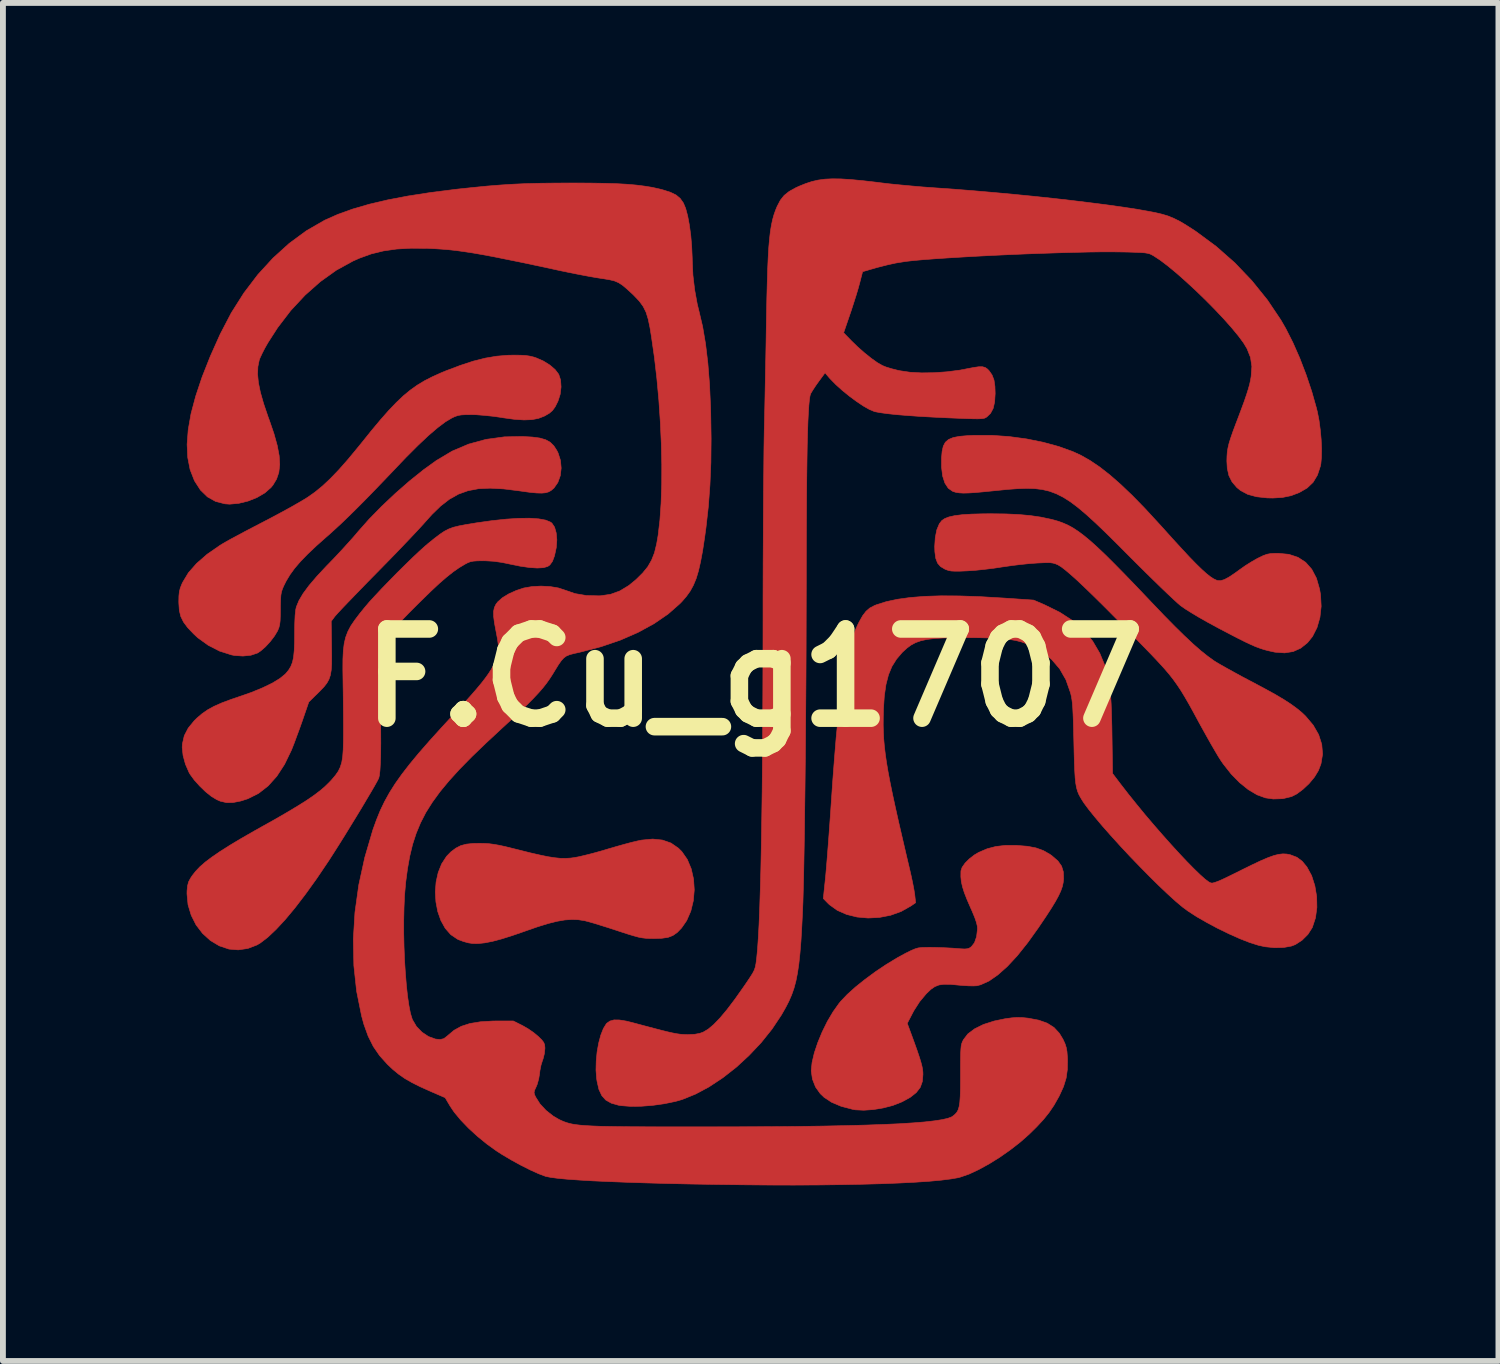
<source format=kicad_pcb>
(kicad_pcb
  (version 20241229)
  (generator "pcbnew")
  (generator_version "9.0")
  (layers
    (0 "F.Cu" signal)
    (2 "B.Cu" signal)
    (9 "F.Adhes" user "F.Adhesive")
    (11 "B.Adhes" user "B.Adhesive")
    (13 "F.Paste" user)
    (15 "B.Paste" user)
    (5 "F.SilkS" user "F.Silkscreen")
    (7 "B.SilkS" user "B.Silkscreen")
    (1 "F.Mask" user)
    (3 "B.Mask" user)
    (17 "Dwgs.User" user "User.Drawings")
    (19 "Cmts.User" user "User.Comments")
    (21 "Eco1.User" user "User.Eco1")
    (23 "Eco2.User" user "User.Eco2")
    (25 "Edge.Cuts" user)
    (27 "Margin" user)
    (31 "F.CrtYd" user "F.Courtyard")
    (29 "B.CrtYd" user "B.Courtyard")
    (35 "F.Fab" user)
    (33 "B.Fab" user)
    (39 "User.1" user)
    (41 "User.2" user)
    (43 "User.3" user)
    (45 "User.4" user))
  (footprint "F.Cu_g1707"
    (layer "F.Cu")
    (at 9.837 8.531)
    (property "Reference" "F.Cu_g1707" (at 0 0 0) (layer "F.SilkS") (effects (font (size 1.524 1.524) (thickness 0.3))))
    (attr through_hole)
    (fp_poly (pts (xy -1.569 2.772) (xy -1.423 2.823) (xy -1.297 2.91) (xy -1.239 2.967) (xy -1.144 3.103) (xy -1.077 3.263) (xy -1.037 3.439) (xy -1.025 3.623) (xy -1.041 3.808) (xy -1.084 3.986) (xy -1.155 4.148) (xy -1.242 4.274) (xy -1.315 4.35) (xy -1.389 4.402) (xy -1.474 4.435) (xy -1.58 4.45) (xy -1.714 4.454) (xy -1.79 4.453) (xy -1.854 4.45) (xy -1.914 4.443) (xy -1.977 4.431) (xy -2.051 4.411) (xy -2.145 4.383) (xy -2.266 4.344) (xy -2.36 4.313) (xy -2.495 4.269) (xy -2.623 4.229) (xy -2.736 4.194) (xy -2.828 4.168) (xy -2.889 4.152) (xy -2.896 4.15) (xy -3.006 4.133) (xy -3.118 4.129) (xy -3.237 4.137) (xy -3.37 4.16) (xy -3.522 4.198) (xy -3.7 4.253) (xy -3.91 4.326) (xy -3.915 4.328) (xy -4.132 4.403) (xy -4.316 4.461) (xy -4.47 4.502) (xy -4.602 4.528) (xy -4.714 4.54) (xy -4.813 4.539) (xy -4.887 4.528) (xy -4.966 4.506) (xy -5.051 4.475) (xy -5.071 4.465) (xy -5.186 4.387) (xy -5.281 4.278) (xy -5.355 4.144) (xy -5.408 3.992) (xy -5.439 3.828) (xy -5.449 3.658) (xy -5.436 3.489) (xy -5.4 3.327) (xy -5.341 3.179) (xy -5.257 3.05) (xy -5.183 2.974) (xy -5.098 2.91) (xy -5.014 2.867) (xy -4.92 2.842) (xy -4.805 2.83) (xy -4.688 2.828) (xy -4.603 2.83) (xy -4.526 2.835) (xy -4.45 2.845) (xy -4.364 2.86) (xy -4.261 2.882) (xy -4.132 2.914) (xy -4.027 2.94) (xy -3.828 2.99) (xy -3.662 3.028) (xy -3.526 3.056) (xy -3.411 3.074) (xy -3.312 3.084) (xy -3.223 3.085) (xy -3.138 3.08) (xy -3.078 3.072) (xy -3.001 3.058) (xy -2.894 3.033) (xy -2.767 3.001) (xy -2.629 2.963) (xy -2.494 2.923) (xy -2.357 2.883) (xy -2.222 2.845) (xy -2.099 2.812) (xy -1.998 2.788) (xy -1.927 2.773) (xy -1.736 2.755) (xy -1.569 2.772)) (stroke (width 0.01) (type solid)) (fill yes) (layer "F.Cu"))
    (fp_poly (pts (xy 4.055 -4.143) (xy 4.355 -4.122) (xy 4.652 -4.082) (xy 4.938 -4.024) (xy 5.205 -3.951) (xy 5.446 -3.864) (xy 5.588 -3.798) (xy 5.745 -3.708) (xy 5.907 -3.598) (xy 6.078 -3.464) (xy 6.261 -3.304) (xy 6.458 -3.116) (xy 6.671 -2.898) (xy 6.903 -2.646) (xy 6.969 -2.574) (xy 7.149 -2.374) (xy 7.304 -2.205) (xy 7.436 -2.063) (xy 7.549 -1.947) (xy 7.644 -1.854) (xy 7.724 -1.782) (xy 7.792 -1.728) (xy 7.849 -1.691) (xy 7.898 -1.668) (xy 7.921 -1.661) (xy 7.97 -1.66) (xy 8.033 -1.679) (xy 8.113 -1.722) (xy 8.216 -1.791) (xy 8.297 -1.85) (xy 8.392 -1.917) (xy 8.499 -1.984) (xy 8.597 -2.04) (xy 8.614 -2.048) (xy 8.696 -2.088) (xy 8.761 -2.111) (xy 8.824 -2.123) (xy 8.905 -2.127) (xy 8.952 -2.127) (xy 9.134 -2.11) (xy 9.289 -2.059) (xy 9.42 -1.974) (xy 9.525 -1.855) (xy 9.605 -1.703) (xy 9.659 -1.516) (xy 9.676 -1.417) (xy 9.686 -1.221) (xy 9.665 -1.032) (xy 9.615 -0.858) (xy 9.538 -0.706) (xy 9.453 -0.6) (xy 9.337 -0.507) (xy 9.208 -0.449) (xy 9.063 -0.426) (xy 8.897 -0.438) (xy 8.774 -0.465) (xy 8.704 -0.484) (xy 8.635 -0.507) (xy 8.562 -0.534) (xy 8.481 -0.57) (xy 8.385 -0.615) (xy 8.269 -0.673) (xy 8.128 -0.746) (xy 7.956 -0.836) (xy 7.908 -0.862) (xy 7.751 -0.947) (xy 7.604 -1.03) (xy 7.474 -1.108) (xy 7.367 -1.175) (xy 7.29 -1.229) (xy 7.283 -1.234) (xy 7.235 -1.275) (xy 7.161 -1.343) (xy 7.065 -1.433) (xy 6.95 -1.543) (xy 6.822 -1.668) (xy 6.683 -1.804) (xy 6.538 -1.948) (xy 6.424 -2.062) (xy 6.201 -2.286) (xy 6.004 -2.481) (xy 5.829 -2.648) (xy 5.672 -2.791) (xy 5.531 -2.91) (xy 5.401 -3.008) (xy 5.278 -3.086) (xy 5.16 -3.145) (xy 5.042 -3.189) (xy 4.922 -3.217) (xy 4.794 -3.233) (xy 4.657 -3.237) (xy 4.506 -3.232) (xy 4.337 -3.22) (xy 4.147 -3.201) (xy 4.096 -3.196) (xy 3.916 -3.178) (xy 3.773 -3.165) (xy 3.66 -3.158) (xy 3.573 -3.156) (xy 3.504 -3.16) (xy 3.449 -3.168) (xy 3.402 -3.182) (xy 3.389 -3.187) (xy 3.314 -3.24) (xy 3.257 -3.328) (xy 3.218 -3.45) (xy 3.2 -3.601) (xy 3.2 -3.757) (xy 3.21 -3.87) (xy 3.23 -3.958) (xy 3.265 -4.025) (xy 3.32 -4.072) (xy 3.399 -4.105) (xy 3.507 -4.126) (xy 3.65 -4.138) (xy 3.761 -4.143) (xy 4.055 -4.143)) (stroke (width 0.01) (type solid)) (fill yes) (layer "F.Cu"))
    (fp_poly (pts (xy 4.487 2.864) (xy 4.666 2.878) (xy 4.813 2.906) (xy 4.938 2.951) (xy 5.052 3.016) (xy 5.09 3.044) (xy 5.189 3.13) (xy 5.251 3.218) (xy 5.281 3.316) (xy 5.285 3.433) (xy 5.278 3.501) (xy 5.263 3.569) (xy 5.237 3.642) (xy 5.199 3.724) (xy 5.146 3.821) (xy 5.075 3.938) (xy 4.984 4.078) (xy 4.87 4.247) (xy 4.858 4.265) (xy 4.672 4.525) (xy 4.494 4.748) (xy 4.324 4.931) (xy 4.162 5.075) (xy 4.011 5.18) (xy 3.869 5.244) (xy 3.804 5.261) (xy 3.75 5.264) (xy 3.667 5.263) (xy 3.566 5.257) (xy 3.486 5.25) (xy 3.347 5.237) (xy 3.24 5.236) (xy 3.156 5.248) (xy 3.085 5.276) (xy 3.017 5.323) (xy 2.945 5.392) (xy 2.932 5.406) (xy 2.825 5.534) (xy 2.729 5.684) (xy 2.709 5.721) (xy 2.614 5.904) (xy 2.675 6.069) (xy 2.737 6.238) (xy 2.785 6.374) (xy 2.821 6.481) (xy 2.847 6.565) (xy 2.865 6.633) (xy 2.876 6.689) (xy 2.881 6.739) (xy 2.882 6.778) (xy 2.872 6.897) (xy 2.836 6.998) (xy 2.768 7.086) (xy 2.666 7.167) (xy 2.526 7.244) (xy 2.509 7.251) (xy 2.366 7.307) (xy 2.203 7.349) (xy 2.034 7.377) (xy 1.871 7.388) (xy 1.728 7.381) (xy 1.683 7.373) (xy 1.485 7.321) (xy 1.323 7.253) (xy 1.194 7.168) (xy 1.128 7.105) (xy 1.047 6.991) (xy 0.994 6.856) (xy 0.974 6.718) (xy 0.974 6.711) (xy 0.988 6.572) (xy 1.026 6.41) (xy 1.085 6.234) (xy 1.16 6.052) (xy 1.248 5.873) (xy 1.346 5.707) (xy 1.449 5.562) (xy 1.478 5.527) (xy 1.588 5.411) (xy 1.729 5.284) (xy 1.894 5.152) (xy 2.073 5.02) (xy 2.26 4.895) (xy 2.447 4.782) (xy 2.59 4.704) (xy 2.679 4.66) (xy 2.745 4.632) (xy 2.801 4.615) (xy 2.864 4.608) (xy 2.947 4.606) (xy 2.995 4.605) (xy 3.116 4.607) (xy 3.255 4.612) (xy 3.388 4.619) (xy 3.429 4.622) (xy 3.529 4.63) (xy 3.597 4.633) (xy 3.641 4.629) (xy 3.673 4.619) (xy 3.7 4.601) (xy 3.709 4.595) (xy 3.763 4.526) (xy 3.799 4.422) (xy 3.814 4.293) (xy 3.811 4.242) (xy 3.796 4.179) (xy 3.768 4.097) (xy 3.723 3.988) (xy 3.699 3.935) (xy 3.635 3.787) (xy 3.588 3.667) (xy 3.557 3.568) (xy 3.538 3.482) (xy 3.53 3.398) (xy 3.531 3.309) (xy 3.532 3.296) (xy 3.552 3.237) (xy 3.602 3.166) (xy 3.674 3.094) (xy 3.76 3.027) (xy 3.836 2.982) (xy 3.979 2.921) (xy 4.127 2.882) (xy 4.291 2.863) (xy 4.482 2.863) (xy 4.487 2.864)) (stroke (width 0.01) (type solid)) (fill yes) (layer "F.Cu"))
    (fp_poly (pts (xy 4.298 -2.8) (xy 4.519 -2.79) (xy 4.716 -2.772) (xy 4.895 -2.746) (xy 5.065 -2.71) (xy 5.113 -2.698) (xy 5.2 -2.673) (xy 5.283 -2.642) (xy 5.366 -2.605) (xy 5.451 -2.558) (xy 5.54 -2.499) (xy 5.637 -2.426) (xy 5.743 -2.338) (xy 5.862 -2.231) (xy 5.996 -2.104) (xy 6.147 -1.954) (xy 6.318 -1.78) (xy 6.512 -1.579) (xy 6.731 -1.349) (xy 6.784 -1.293) (xy 6.996 -1.071) (xy 7.184 -0.88) (xy 7.351 -0.716) (xy 7.498 -0.578) (xy 7.629 -0.463) (xy 7.747 -0.369) (xy 7.852 -0.293) (xy 7.895 -0.266) (xy 7.968 -0.223) (xy 8.069 -0.166) (xy 8.192 -0.098) (xy 8.327 -0.024) (xy 8.467 0.05) (xy 8.523 0.079) (xy 8.732 0.191) (xy 8.908 0.288) (xy 9.054 0.375) (xy 9.175 0.454) (xy 9.277 0.529) (xy 9.364 0.601) (xy 9.42 0.655) (xy 9.55 0.809) (xy 9.643 0.971) (xy 9.696 1.137) (xy 9.71 1.304) (xy 9.683 1.469) (xy 9.639 1.585) (xy 9.572 1.695) (xy 9.481 1.805) (xy 9.376 1.904) (xy 9.269 1.984) (xy 9.18 2.029) (xy 9.03 2.065) (xy 8.867 2.07) (xy 8.734 2.051) (xy 8.591 1.999) (xy 8.442 1.911) (xy 8.293 1.791) (xy 8.148 1.643) (xy 8.014 1.473) (xy 7.976 1.418) (xy 7.931 1.348) (xy 7.872 1.248) (xy 7.801 1.126) (xy 7.725 0.991) (xy 7.646 0.849) (xy 7.598 0.762) (xy 7.508 0.595) (xy 7.429 0.452) (xy 7.358 0.329) (xy 7.292 0.22) (xy 7.226 0.121) (xy 7.158 0.026) (xy 7.083 -0.069) (xy 6.997 -0.169) (xy 6.897 -0.278) (xy 6.779 -0.403) (xy 6.639 -0.547) (xy 6.474 -0.716) (xy 6.45 -0.741) (xy 6.212 -0.983) (xy 6.001 -1.196) (xy 5.816 -1.379) (xy 5.656 -1.534) (xy 5.52 -1.663) (xy 5.406 -1.765) (xy 5.314 -1.843) (xy 5.242 -1.898) (xy 5.189 -1.93) (xy 5.189 -1.93) (xy 5.147 -1.948) (xy 5.106 -1.96) (xy 5.056 -1.967) (xy 4.989 -1.968) (xy 4.894 -1.964) (xy 4.829 -1.961) (xy 4.705 -1.952) (xy 4.557 -1.937) (xy 4.402 -1.918) (xy 4.257 -1.897) (xy 4.233 -1.894) (xy 4.09 -1.872) (xy 3.933 -1.853) (xy 3.78 -1.837) (xy 3.647 -1.828) (xy 3.629 -1.827) (xy 3.512 -1.822) (xy 3.428 -1.822) (xy 3.367 -1.825) (xy 3.319 -1.834) (xy 3.276 -1.849) (xy 3.257 -1.857) (xy 3.183 -1.901) (xy 3.132 -1.96) (xy 3.101 -2.042) (xy 3.086 -2.153) (xy 3.083 -2.244) (xy 3.093 -2.397) (xy 3.119 -2.528) (xy 3.162 -2.631) (xy 3.204 -2.686) (xy 3.255 -2.721) (xy 3.328 -2.749) (xy 3.426 -2.771) (xy 3.554 -2.787) (xy 3.714 -2.797) (xy 3.91 -2.802) (xy 4.043 -2.803) (xy 4.298 -2.8)) (stroke (width 0.01) (type solid)) (fill yes) (layer "F.Cu"))
    (fp_poly (pts (xy -3.796 -4.114) (xy -3.666 -4.097) (xy -3.565 -4.068) (xy -3.487 -4.025) (xy -3.425 -3.964) (xy -3.373 -3.884) (xy -3.352 -3.842) (xy -3.311 -3.715) (xy -3.299 -3.583) (xy -3.314 -3.454) (xy -3.356 -3.337) (xy -3.422 -3.243) (xy -3.471 -3.201) (xy -3.514 -3.177) (xy -3.565 -3.162) (xy -3.629 -3.156) (xy -3.714 -3.158) (xy -3.825 -3.168) (xy -3.969 -3.188) (xy -4.025 -3.196) (xy -4.285 -3.228) (xy -4.512 -3.24) (xy -4.712 -3.231) (xy -4.891 -3.197) (xy -5.055 -3.138) (xy -5.209 -3.051) (xy -5.359 -2.935) (xy -5.51 -2.788) (xy -5.612 -2.674) (xy -5.671 -2.608) (xy -5.754 -2.518) (xy -5.859 -2.406) (xy -5.981 -2.278) (xy -6.114 -2.139) (xy -6.256 -1.993) (xy -6.401 -1.845) (xy -6.456 -1.789) (xy -6.595 -1.648) (xy -6.726 -1.513) (xy -6.846 -1.389) (xy -6.953 -1.278) (xy -7.042 -1.185) (xy -7.11 -1.112) (xy -7.153 -1.064) (xy -7.166 -1.049) (xy -7.228 -0.966) (xy -7.222 -0.546) (xy -7.22 -0.374) (xy -7.221 -0.238) (xy -7.228 -0.13) (xy -7.243 -0.044) (xy -7.267 0.027) (xy -7.302 0.09) (xy -7.35 0.152) (xy -7.414 0.219) (xy -7.449 0.254) (xy -7.611 0.413) (xy -7.724 0.741) (xy -7.769 0.868) (xy -7.816 0.995) (xy -7.859 1.112) (xy -7.896 1.206) (xy -7.908 1.236) (xy -8.025 1.478) (xy -8.157 1.681) (xy -8.305 1.846) (xy -8.469 1.974) (xy -8.652 2.066) (xy -8.774 2.105) (xy -8.907 2.131) (xy -9.019 2.132) (xy -9.125 2.107) (xy -9.186 2.08) (xy -9.275 2.026) (xy -9.375 1.946) (xy -9.475 1.849) (xy -9.566 1.748) (xy -9.637 1.651) (xy -9.657 1.617) (xy -9.719 1.475) (xy -9.759 1.327) (xy -9.774 1.188) (xy -9.77 1.127) (xy -9.738 0.988) (xy -9.671 0.859) (xy -9.567 0.732) (xy -9.521 0.687) (xy -9.433 0.612) (xy -9.338 0.546) (xy -9.228 0.486) (xy -9.097 0.428) (xy -8.936 0.368) (xy -8.812 0.326) (xy -8.591 0.249) (xy -8.397 0.169) (xy -8.234 0.09) (xy -8.106 0.012) (xy -8.015 -0.062) (xy -8.007 -0.07) (xy -7.956 -0.131) (xy -7.918 -0.194) (xy -7.89 -0.265) (xy -7.871 -0.353) (xy -7.86 -0.463) (xy -7.854 -0.603) (xy -7.853 -0.752) (xy -7.851 -0.93) (xy -7.845 -1.067) (xy -7.834 -1.165) (xy -7.824 -1.211) (xy -7.78 -1.318) (xy -7.708 -1.44) (xy -7.606 -1.578) (xy -7.472 -1.735) (xy -7.306 -1.913) (xy -7.282 -1.937) (xy -7.171 -2.052) (xy -7.054 -2.177) (xy -6.941 -2.301) (xy -6.84 -2.414) (xy -6.769 -2.498) (xy -6.582 -2.709) (xy -6.367 -2.929) (xy -6.134 -3.149) (xy -5.893 -3.36) (xy -5.654 -3.552) (xy -5.431 -3.713) (xy -5.162 -3.873) (xy -4.88 -3.993) (xy -4.583 -4.074) (xy -4.269 -4.117) (xy -3.962 -4.123) (xy -3.796 -4.114)) (stroke (width 0.01) (type solid)) (fill yes) (layer "F.Cu"))
    (fp_poly (pts (xy -3.996 -5.512) (xy -3.905 -5.507) (xy -3.832 -5.496) (xy -3.763 -5.479) (xy -3.725 -5.466) (xy -3.604 -5.413) (xy -3.493 -5.344) (xy -3.402 -5.266) (xy -3.342 -5.187) (xy -3.341 -5.186) (xy -3.309 -5.088) (xy -3.301 -4.969) (xy -3.316 -4.844) (xy -3.354 -4.725) (xy -3.357 -4.72) (xy -3.402 -4.63) (xy -3.447 -4.568) (xy -3.501 -4.521) (xy -3.578 -4.476) (xy -3.588 -4.471) (xy -3.686 -4.433) (xy -3.8 -4.411) (xy -3.936 -4.406) (xy -4.1 -4.417) (xy -4.297 -4.444) (xy -4.31 -4.447) (xy -4.457 -4.468) (xy -4.61 -4.484) (xy -4.75 -4.495) (xy -4.826 -4.497) (xy -4.93 -4.496) (xy -5.005 -4.492) (xy -5.062 -4.482) (xy -5.115 -4.464) (xy -5.166 -4.44) (xy -5.277 -4.374) (xy -5.411 -4.273) (xy -5.569 -4.138) (xy -5.748 -3.969) (xy -5.95 -3.767) (xy -6.052 -3.66) (xy -6.272 -3.429) (xy -6.467 -3.226) (xy -6.639 -3.049) (xy -6.793 -2.894) (xy -6.932 -2.757) (xy -7.058 -2.636) (xy -7.175 -2.528) (xy -7.286 -2.428) (xy -7.303 -2.414) (xy -7.482 -2.255) (xy -7.631 -2.114) (xy -7.753 -1.988) (xy -7.852 -1.873) (xy -7.932 -1.763) (xy -7.998 -1.653) (xy -8.039 -1.571) (xy -8.062 -1.517) (xy -8.078 -1.467) (xy -8.088 -1.412) (xy -8.093 -1.34) (xy -8.096 -1.242) (xy -8.096 -1.175) (xy -8.098 -1.057) (xy -8.101 -0.972) (xy -8.109 -0.909) (xy -8.121 -0.86) (xy -8.14 -0.813) (xy -8.147 -0.798) (xy -8.199 -0.712) (xy -8.27 -0.619) (xy -8.35 -0.532) (xy -8.43 -0.462) (xy -8.486 -0.424) (xy -8.6 -0.386) (xy -8.736 -0.372) (xy -8.883 -0.382) (xy -8.932 -0.392) (xy -9.134 -0.456) (xy -9.329 -0.556) (xy -9.507 -0.684) (xy -9.577 -0.749) (xy -9.68 -0.857) (xy -9.752 -0.954) (xy -9.798 -1.048) (xy -9.823 -1.15) (xy -9.831 -1.271) (xy -9.832 -1.302) (xy -9.83 -1.4) (xy -9.822 -1.473) (xy -9.806 -1.536) (xy -9.778 -1.606) (xy -9.764 -1.635) (xy -9.667 -1.796) (xy -9.528 -1.954) (xy -9.348 -2.111) (xy -9.127 -2.264) (xy -9.091 -2.286) (xy -9.033 -2.32) (xy -8.944 -2.37) (xy -8.83 -2.431) (xy -8.698 -2.502) (xy -8.554 -2.577) (xy -8.406 -2.654) (xy -8.399 -2.658) (xy -8.245 -2.738) (xy -8.092 -2.82) (xy -7.947 -2.899) (xy -7.817 -2.973) (xy -7.71 -3.035) (xy -7.637 -3.08) (xy -7.506 -3.172) (xy -7.375 -3.279) (xy -7.24 -3.406) (xy -7.097 -3.555) (xy -6.941 -3.732) (xy -6.769 -3.94) (xy -6.72 -4) (xy -6.544 -4.219) (xy -6.387 -4.407) (xy -6.246 -4.567) (xy -6.116 -4.703) (xy -5.995 -4.818) (xy -5.876 -4.916) (xy -5.757 -5.001) (xy -5.634 -5.075) (xy -5.501 -5.143) (xy -5.355 -5.209) (xy -5.271 -5.244) (xy -5.022 -5.338) (xy -4.8 -5.411) (xy -4.596 -5.462) (xy -4.403 -5.495) (xy -4.212 -5.511) (xy -4.117 -5.513) (xy -3.996 -5.512)) (stroke (width 0.01) (type solid)) (fill yes) (layer "F.Cu"))
    (fp_poly (pts (xy -3.682 -2.716) (xy -3.562 -2.694) (xy -3.479 -2.659) (xy -3.458 -2.643) (xy -3.412 -2.575) (xy -3.384 -2.476) (xy -3.373 -2.356) (xy -3.383 -2.225) (xy -3.385 -2.214) (xy -3.413 -2.084) (xy -3.448 -1.99) (xy -3.493 -1.928) (xy -3.529 -1.903) (xy -3.601 -1.882) (xy -3.708 -1.876) (xy -3.843 -1.885) (xy -4.002 -1.908) (xy -4.149 -1.938) (xy -4.309 -1.971) (xy -4.447 -1.991) (xy -4.58 -1.999) (xy -4.625 -2) (xy -4.726 -1.999) (xy -4.797 -1.994) (xy -4.85 -1.984) (xy -4.898 -1.965) (xy -4.942 -1.942) (xy -5.042 -1.882) (xy -5.145 -1.81) (xy -5.256 -1.722) (xy -5.381 -1.614) (xy -5.522 -1.482) (xy -5.685 -1.323) (xy -5.728 -1.281) (xy -5.896 -1.113) (xy -6.035 -0.969) (xy -6.148 -0.849) (xy -6.237 -0.749) (xy -6.305 -0.665) (xy -6.353 -0.596) (xy -6.384 -0.538) (xy -6.402 -0.488) (xy -6.405 -0.472) (xy -6.408 -0.423) (xy -6.409 -0.34) (xy -6.409 -0.229) (xy -6.407 -0.098) (xy -6.403 0.046) (xy -6.4 0.135) (xy -6.392 0.409) (xy -6.385 0.666) (xy -6.382 0.902) (xy -6.381 1.115) (xy -6.383 1.301) (xy -6.388 1.458) (xy -6.395 1.581) (xy -6.405 1.668) (xy -6.416 1.714) (xy -6.442 1.765) (xy -6.487 1.846) (xy -6.549 1.953) (xy -6.624 2.079) (xy -6.708 2.221) (xy -6.8 2.372) (xy -6.895 2.527) (xy -6.99 2.682) (xy -7.083 2.831) (xy -7.17 2.968) (xy -7.248 3.09) (xy -7.276 3.133) (xy -7.475 3.428) (xy -7.666 3.694) (xy -7.846 3.929) (xy -8.015 4.132) (xy -8.171 4.3) (xy -8.313 4.434) (xy -8.44 4.531) (xy -8.498 4.565) (xy -8.652 4.624) (xy -8.816 4.648) (xy -8.974 4.635) (xy -9.141 4.579) (xy -9.293 4.488) (xy -9.426 4.367) (xy -9.537 4.222) (xy -9.62 4.057) (xy -9.674 3.878) (xy -9.692 3.691) (xy -9.691 3.639) (xy -9.682 3.552) (xy -9.665 3.487) (xy -9.631 3.423) (xy -9.602 3.379) (xy -9.544 3.305) (xy -9.471 3.228) (xy -9.379 3.148) (xy -9.265 3.062) (xy -9.127 2.967) (xy -8.961 2.862) (xy -8.764 2.744) (xy -8.534 2.612) (xy -8.402 2.538) (xy -8.166 2.406) (xy -7.965 2.289) (xy -7.794 2.186) (xy -7.649 2.095) (xy -7.528 2.012) (xy -7.426 1.935) (xy -7.339 1.862) (xy -7.264 1.789) (xy -7.218 1.74) (xy -7.156 1.666) (xy -7.108 1.598) (xy -7.073 1.526) (xy -7.048 1.446) (xy -7.032 1.348) (xy -7.023 1.227) (xy -7.019 1.074) (xy -7.018 0.974) (xy -7.018 0.821) (xy -7.019 0.641) (xy -7.021 0.447) (xy -7.023 0.254) (xy -7.026 0.078) (xy -7.026 0.064) (xy -7.029 -0.146) (xy -7.028 -0.319) (xy -7.021 -0.463) (xy -7.006 -0.585) (xy -6.981 -0.692) (xy -6.944 -0.79) (xy -6.894 -0.885) (xy -6.827 -0.984) (xy -6.743 -1.095) (xy -6.657 -1.201) (xy -6.581 -1.291) (xy -6.48 -1.401) (xy -6.363 -1.526) (xy -6.233 -1.66) (xy -6.099 -1.797) (xy -5.964 -1.93) (xy -5.836 -2.055) (xy -5.72 -2.164) (xy -5.622 -2.252) (xy -5.567 -2.299) (xy -5.458 -2.387) (xy -5.369 -2.454) (xy -5.293 -2.505) (xy -5.219 -2.543) (xy -5.141 -2.572) (xy -5.048 -2.595) (xy -4.932 -2.617) (xy -4.785 -2.641) (xy -4.752 -2.647) (xy -4.483 -2.685) (xy -4.24 -2.711) (xy -4.023 -2.725) (xy -3.836 -2.727) (xy -3.682 -2.716)) (stroke (width 0.01) (type solid)) (fill yes) (layer "F.Cu"))
    (fp_poly (pts (xy 3.504 -1.399) (xy 3.854 -1.387) (xy 4.242 -1.364) (xy 4.244 -1.364) (xy 4.773 -1.328) (xy 4.959 -1.248) (xy 5.219 -1.12) (xy 5.441 -0.976) (xy 5.628 -0.812) (xy 5.782 -0.627) (xy 5.904 -0.419) (xy 5.987 -0.217) (xy 6.017 -0.124) (xy 6.041 -0.032) (xy 6.061 0.066) (xy 6.076 0.175) (xy 6.089 0.3) (xy 6.098 0.448) (xy 6.104 0.623) (xy 6.11 0.832) (xy 6.112 0.961) (xy 6.122 1.635) (xy 6.261 1.818) (xy 6.392 1.987) (xy 6.532 2.161) (xy 6.677 2.338) (xy 6.826 2.513) (xy 6.975 2.684) (xy 7.121 2.848) (xy 7.26 3) (xy 7.391 3.139) (xy 7.51 3.26) (xy 7.614 3.361) (xy 7.7 3.438) (xy 7.765 3.487) (xy 7.802 3.505) (xy 7.827 3.507) (xy 7.864 3.498) (xy 7.918 3.479) (xy 7.993 3.447) (xy 8.094 3.399) (xy 8.224 3.335) (xy 8.326 3.284) (xy 8.507 3.195) (xy 8.655 3.125) (xy 8.777 3.073) (xy 8.877 3.037) (xy 8.96 3.016) (xy 9.032 3.008) (xy 9.097 3.011) (xy 9.158 3.023) (xy 9.271 3.066) (xy 9.362 3.134) (xy 9.442 3.231) (xy 9.523 3.38) (xy 9.578 3.552) (xy 9.609 3.737) (xy 9.613 3.923) (xy 9.589 4.101) (xy 9.537 4.259) (xy 9.534 4.267) (xy 9.46 4.383) (xy 9.36 4.483) (xy 9.246 4.557) (xy 9.179 4.583) (xy 9.047 4.607) (xy 8.893 4.611) (xy 8.731 4.595) (xy 8.618 4.571) (xy 8.471 4.525) (xy 8.299 4.458) (xy 8.113 4.375) (xy 7.921 4.282) (xy 7.734 4.182) (xy 7.56 4.082) (xy 7.409 3.984) (xy 7.317 3.916) (xy 7.198 3.816) (xy 7.062 3.692) (xy 6.911 3.549) (xy 6.75 3.39) (xy 6.584 3.221) (xy 6.416 3.047) (xy 6.252 2.871) (xy 6.096 2.699) (xy 5.951 2.535) (xy 5.823 2.383) (xy 5.715 2.249) (xy 5.632 2.137) (xy 5.605 2.095) (xy 5.572 2.041) (xy 5.545 1.99) (xy 5.523 1.936) (xy 5.506 1.875) (xy 5.493 1.802) (xy 5.483 1.711) (xy 5.476 1.597) (xy 5.47 1.456) (xy 5.465 1.281) (xy 5.461 1.101) (xy 5.456 0.905) (xy 5.452 0.747) (xy 5.447 0.62) (xy 5.442 0.52) (xy 5.436 0.44) (xy 5.428 0.375) (xy 5.419 0.32) (xy 5.407 0.269) (xy 5.402 0.251) (xy 5.325 0.033) (xy 5.218 -0.154) (xy 5.081 -0.314) (xy 4.91 -0.449) (xy 4.753 -0.539) (xy 4.662 -0.579) (xy 4.569 -0.612) (xy 4.467 -0.638) (xy 4.351 -0.657) (xy 4.215 -0.671) (xy 4.053 -0.68) (xy 3.86 -0.685) (xy 3.641 -0.687) (xy 3.418 -0.686) (xy 3.232 -0.681) (xy 3.078 -0.671) (xy 2.951 -0.656) (xy 2.846 -0.633) (xy 2.758 -0.602) (xy 2.681 -0.561) (xy 2.61 -0.509) (xy 2.541 -0.446) (xy 2.529 -0.435) (xy 2.431 -0.32) (xy 2.352 -0.194) (xy 2.293 -0.051) (xy 2.25 0.116) (xy 2.222 0.311) (xy 2.207 0.541) (xy 2.207 0.553) (xy 2.204 0.68) (xy 2.203 0.803) (xy 2.206 0.922) (xy 2.212 1.043) (xy 2.223 1.169) (xy 2.239 1.303) (xy 2.26 1.449) (xy 2.287 1.609) (xy 2.321 1.788) (xy 2.362 1.989) (xy 2.411 2.215) (xy 2.468 2.47) (xy 2.535 2.758) (xy 2.61 3.081) (xy 2.655 3.27) (xy 2.683 3.393) (xy 2.708 3.512) (xy 2.728 3.617) (xy 2.741 3.696) (xy 2.743 3.715) (xy 2.757 3.843) (xy 2.675 3.899) (xy 2.51 3.992) (xy 2.329 4.057) (xy 2.138 4.094) (xy 1.945 4.104) (xy 1.756 4.087) (xy 1.578 4.043) (xy 1.419 3.973) (xy 1.284 3.876) (xy 1.259 3.852) (xy 1.18 3.771) (xy 1.214 3.447) (xy 1.223 3.355) (xy 1.234 3.228) (xy 1.247 3.071) (xy 1.261 2.891) (xy 1.276 2.694) (xy 1.291 2.487) (xy 1.306 2.275) (xy 1.313 2.17) (xy 1.342 1.75) (xy 1.371 1.37) (xy 1.399 1.027) (xy 1.429 0.719) (xy 1.458 0.443) (xy 1.489 0.196) (xy 1.522 -0.023) (xy 1.557 -0.218) (xy 1.593 -0.391) (xy 1.633 -0.545) (xy 1.676 -0.682) (xy 1.722 -0.804) (xy 1.772 -0.915) (xy 1.791 -0.953) (xy 1.852 -1.061) (xy 1.911 -1.138) (xy 1.975 -1.193) (xy 2.055 -1.235) (xy 2.088 -1.248) (xy 2.255 -1.301) (xy 2.446 -1.342) (xy 2.664 -1.372) (xy 2.912 -1.392) (xy 3.191 -1.401) (xy 3.504 -1.399)) (stroke (width 0.01) (type solid)) (fill yes) (layer "F.Cu"))
    (fp_poly (pts (xy 1.483 -8.524) (xy 1.654 -8.513) (xy 1.855 -8.494) (xy 2.09 -8.467) (xy 2.159 -8.458) (xy 2.31 -8.44) (xy 2.489 -8.422) (xy 2.682 -8.404) (xy 2.875 -8.387) (xy 3.054 -8.374) (xy 3.08 -8.372) (xy 3.408 -8.349) (xy 3.747 -8.322) (xy 4.093 -8.292) (xy 4.44 -8.26) (xy 4.785 -8.226) (xy 5.123 -8.19) (xy 5.448 -8.153) (xy 5.757 -8.115) (xy 6.046 -8.078) (xy 6.309 -8.041) (xy 6.542 -8.005) (xy 6.74 -7.97) (xy 6.854 -7.948) (xy 6.969 -7.921) (xy 7.071 -7.89) (xy 7.169 -7.85) (xy 7.271 -7.799) (xy 7.386 -7.73) (xy 7.525 -7.641) (xy 7.558 -7.618) (xy 7.892 -7.371) (xy 8.209 -7.092) (xy 8.501 -6.786) (xy 8.766 -6.458) (xy 8.996 -6.116) (xy 9.082 -5.967) (xy 9.203 -5.728) (xy 9.321 -5.46) (xy 9.43 -5.176) (xy 9.526 -4.889) (xy 9.604 -4.613) (xy 9.622 -4.54) (xy 9.65 -4.396) (xy 9.671 -4.236) (xy 9.686 -4.073) (xy 9.693 -3.915) (xy 9.691 -3.773) (xy 9.681 -3.658) (xy 9.673 -3.617) (xy 9.622 -3.463) (xy 9.548 -3.34) (xy 9.446 -3.243) (xy 9.313 -3.166) (xy 9.172 -3.112) (xy 9.025 -3.082) (xy 8.861 -3.072) (xy 8.764 -3.074) (xy 8.581 -3.094) (xy 8.431 -3.135) (xy 8.309 -3.2) (xy 8.244 -3.253) (xy 8.163 -3.349) (xy 8.11 -3.454) (xy 8.082 -3.578) (xy 8.075 -3.704) (xy 8.077 -3.783) (xy 8.082 -3.854) (xy 8.093 -3.924) (xy 8.111 -4.002) (xy 8.139 -4.093) (xy 8.178 -4.206) (xy 8.231 -4.348) (xy 8.259 -4.42) (xy 8.323 -4.591) (xy 8.374 -4.729) (xy 8.412 -4.841) (xy 8.441 -4.933) (xy 8.463 -5.012) (xy 8.479 -5.084) (xy 8.49 -5.151) (xy 8.502 -5.32) (xy 8.479 -5.474) (xy 8.42 -5.623) (xy 8.36 -5.723) (xy 8.271 -5.843) (xy 8.157 -5.981) (xy 8.022 -6.133) (xy 7.871 -6.293) (xy 7.71 -6.456) (xy 7.544 -6.617) (xy 7.378 -6.77) (xy 7.218 -6.912) (xy 7.068 -7.036) (xy 6.935 -7.137) (xy 6.825 -7.209) (xy 6.791 -7.228) (xy 6.759 -7.243) (xy 6.722 -7.253) (xy 6.674 -7.261) (xy 6.608 -7.266) (xy 6.518 -7.27) (xy 6.396 -7.274) (xy 6.29 -7.276) (xy 6.128 -7.278) (xy 5.935 -7.278) (xy 5.714 -7.275) (xy 5.47 -7.269) (xy 5.209 -7.262) (xy 4.936 -7.253) (xy 4.655 -7.243) (xy 4.371 -7.231) (xy 4.09 -7.218) (xy 3.815 -7.204) (xy 3.552 -7.189) (xy 3.306 -7.174) (xy 3.082 -7.159) (xy 2.884 -7.144) (xy 2.717 -7.129) (xy 2.587 -7.114) (xy 2.561 -7.11) (xy 2.418 -7.087) (xy 2.268 -7.054) (xy 2.1 -7.011) (xy 1.999 -6.982) (xy 1.851 -6.939) (xy 1.801 -6.745) (xy 1.776 -6.654) (xy 1.741 -6.537) (xy 1.699 -6.405) (xy 1.656 -6.272) (xy 1.639 -6.223) (xy 1.527 -5.895) (xy 1.658 -5.76) (xy 1.767 -5.654) (xy 1.884 -5.551) (xy 1.999 -5.459) (xy 2.104 -5.384) (xy 2.188 -5.336) (xy 2.252 -5.31) (xy 2.343 -5.282) (xy 2.445 -5.256) (xy 2.492 -5.246) (xy 2.661 -5.221) (xy 2.859 -5.21) (xy 3.075 -5.213) (xy 3.297 -5.229) (xy 3.514 -5.257) (xy 3.627 -5.279) (xy 3.748 -5.302) (xy 3.836 -5.315) (xy 3.899 -5.315) (xy 3.946 -5.302) (xy 3.984 -5.276) (xy 4.013 -5.246) (xy 4.063 -5.174) (xy 4.096 -5.088) (xy 4.112 -4.978) (xy 4.116 -4.858) (xy 4.107 -4.714) (xy 4.082 -4.603) (xy 4.037 -4.519) (xy 3.975 -4.459) (xy 3.957 -4.447) (xy 3.937 -4.437) (xy 3.911 -4.431) (xy 3.872 -4.427) (xy 3.817 -4.425) (xy 3.74 -4.426) (xy 3.637 -4.429) (xy 3.501 -4.434) (xy 3.329 -4.441) (xy 3.307 -4.442) (xy 3.057 -4.454) (xy 2.824 -4.467) (xy 2.613 -4.482) (xy 2.427 -4.497) (xy 2.271 -4.514) (xy 2.148 -4.531) (xy 2.063 -4.547) (xy 2.052 -4.55) (xy 1.97 -4.584) (xy 1.866 -4.643) (xy 1.749 -4.721) (xy 1.626 -4.812) (xy 1.504 -4.911) (xy 1.393 -5.011) (xy 1.299 -5.107) (xy 1.28 -5.128) (xy 1.21 -5.211) (xy 1.103 -5.066) (xy 1.049 -4.99) (xy 1.001 -4.917) (xy 0.968 -4.862) (xy 0.963 -4.853) (xy 0.952 -4.816) (xy 0.942 -4.751) (xy 0.933 -4.657) (xy 0.925 -4.534) (xy 0.917 -4.379) (xy 0.911 -4.192) (xy 0.905 -3.972) (xy 0.901 -3.716) (xy 0.897 -3.425) (xy 0.894 -3.097) (xy 0.892 -2.731) (xy 0.89 -2.325) (xy 0.889 -1.879) (xy 0.889 -1.672) (xy 0.888 -1.277) (xy 0.887 -0.874) (xy 0.886 -0.466) (xy 0.884 -0.057) (xy 0.881 0.35) (xy 0.878 0.752) (xy 0.875 1.146) (xy 0.871 1.53) (xy 0.867 1.899) (xy 0.862 2.251) (xy 0.858 2.582) (xy 0.853 2.891) (xy 0.848 3.172) (xy 0.843 3.424) (xy 0.837 3.643) (xy 0.832 3.826) (xy 0.826 3.97) (xy 0.826 3.979) (xy 0.812 4.258) (xy 0.798 4.499) (xy 0.781 4.706) (xy 0.762 4.886) (xy 0.739 5.042) (xy 0.712 5.18) (xy 0.679 5.303) (xy 0.639 5.417) (xy 0.591 5.527) (xy 0.535 5.636) (xy 0.47 5.75) (xy 0.463 5.762) (xy 0.303 6.002) (xy 0.118 6.233) (xy -0.088 6.451) (xy -0.307 6.653) (xy -0.537 6.833) (xy -0.771 6.988) (xy -1.005 7.113) (xy -1.232 7.205) (xy -1.344 7.237) (xy -1.537 7.277) (xy -1.736 7.305) (xy -1.932 7.32) (xy -2.114 7.322) (xy -2.271 7.31) (xy -2.321 7.302) (xy -2.443 7.267) (xy -2.537 7.214) (xy -2.605 7.138) (xy -2.654 7.033) (xy -2.686 6.893) (xy -2.693 6.846) (xy -2.704 6.702) (xy -2.7 6.547) (xy -2.685 6.391) (xy -2.658 6.24) (xy -2.622 6.105) (xy -2.578 5.993) (xy -2.529 5.913) (xy -2.519 5.902) (xy -2.465 5.864) (xy -2.396 5.845) (xy -2.305 5.846) (xy -2.187 5.865) (xy -2.074 5.893) (xy -1.876 5.946) (xy -1.714 5.989) (xy -1.583 6.023) (xy -1.478 6.049) (xy -1.393 6.068) (xy -1.325 6.081) (xy -1.268 6.089) (xy -1.216 6.094) (xy -1.166 6.095) (xy -1.137 6.096) (xy -1.02 6.091) (xy -0.932 6.075) (xy -0.871 6.053) (xy -0.787 6.003) (xy -0.693 5.924) (xy -0.586 5.813) (xy -0.466 5.67) (xy -0.331 5.492) (xy -0.18 5.278) (xy -0.131 5.207) (xy -0.069 5.114) (xy -0.026 5.046) (xy 0.002 4.991) (xy 0.019 4.938) (xy 0.03 4.879) (xy 0.04 4.8) (xy 0.041 4.794) (xy 0.056 4.641) (xy 0.069 4.448) (xy 0.082 4.213) (xy 0.093 3.937) (xy 0.103 3.621) (xy 0.113 3.263) (xy 0.121 2.864) (xy 0.128 2.423) (xy 0.135 1.941) (xy 0.14 1.417) (xy 0.144 0.851) (xy 0.147 0.243) (xy 0.149 -0.407) (xy 0.15 -0.984) (xy 0.15 -1.32) (xy 0.151 -1.658) (xy 0.152 -1.994) (xy 0.154 -2.323) (xy 0.155 -2.642) (xy 0.157 -2.946) (xy 0.159 -3.232) (xy 0.162 -3.495) (xy 0.164 -3.732) (xy 0.166 -3.938) (xy 0.169 -4.11) (xy 0.171 -4.233) (xy 0.176 -4.433) (xy 0.181 -4.665) (xy 0.186 -4.922) (xy 0.191 -5.194) (xy 0.197 -5.472) (xy 0.202 -5.748) (xy 0.206 -6.012) (xy 0.209 -6.181) (xy 0.215 -6.485) (xy 0.222 -6.751) (xy 0.229 -6.982) (xy 0.238 -7.181) (xy 0.248 -7.352) (xy 0.261 -7.498) (xy 0.275 -7.624) (xy 0.293 -7.733) (xy 0.313 -7.828) (xy 0.337 -7.913) (xy 0.365 -7.992) (xy 0.391 -8.055) (xy 0.446 -8.16) (xy 0.511 -8.242) (xy 0.596 -8.31) (xy 0.709 -8.373) (xy 0.768 -8.4) (xy 0.877 -8.444) (xy 0.983 -8.479) (xy 1.091 -8.504) (xy 1.207 -8.52) (xy 1.336 -8.526) (xy 1.483 -8.524)) (stroke (width 0.01) (type solid)) (fill yes) (layer "F.Cu"))
    (fp_poly (pts (xy -3.09 -8.454) (xy -2.811 -8.453) (xy -2.568 -8.449) (xy -2.358 -8.443) (xy -2.176 -8.433) (xy -2.016 -8.419) (xy -1.874 -8.401) (xy -1.744 -8.38) (xy -1.623 -8.353) (xy -1.561 -8.337) (xy -1.432 -8.296) (xy -1.336 -8.249) (xy -1.266 -8.191) (xy -1.213 -8.116) (xy -1.21 -8.111) (xy -1.172 -8.02) (xy -1.138 -7.893) (xy -1.109 -7.738) (xy -1.085 -7.562) (xy -1.069 -7.372) (xy -1.06 -7.174) (xy -1.059 -7.123) (xy -1.048 -6.88) (xy -1.018 -6.627) (xy -0.974 -6.385) (xy -0.944 -6.263) (xy -0.882 -6) (xy -0.832 -5.705) (xy -0.793 -5.377) (xy -0.764 -5.012) (xy -0.746 -4.609) (xy -0.744 -4.53) (xy -0.737 -4.089) (xy -0.741 -3.681) (xy -0.757 -3.297) (xy -0.784 -2.931) (xy -0.824 -2.573) (xy -0.848 -2.398) (xy -0.882 -2.173) (xy -0.917 -1.985) (xy -0.953 -1.827) (xy -0.993 -1.695) (xy -1.04 -1.582) (xy -1.094 -1.483) (xy -1.159 -1.392) (xy -1.236 -1.303) (xy -1.27 -1.268) (xy -1.471 -1.091) (xy -1.71 -0.927) (xy -1.982 -0.778) (xy -2.284 -0.646) (xy -2.614 -0.533) (xy -2.966 -0.441) (xy -2.985 -0.436) (xy -3.081 -0.415) (xy -3.153 -0.396) (xy -3.209 -0.373) (xy -3.254 -0.34) (xy -3.297 -0.293) (xy -3.345 -0.225) (xy -3.404 -0.129) (xy -3.441 -0.068) (xy -3.493 0.013) (xy -3.548 0.091) (xy -3.61 0.17) (xy -3.682 0.253) (xy -3.767 0.344) (xy -3.87 0.448) (xy -3.994 0.567) (xy -4.143 0.707) (xy -4.318 0.868) (xy -4.588 1.119) (xy -4.826 1.348) (xy -5.034 1.56) (xy -5.214 1.758) (xy -5.369 1.945) (xy -5.5 2.125) (xy -5.611 2.301) (xy -5.702 2.478) (xy -5.777 2.659) (xy -5.838 2.847) (xy -5.886 3.046) (xy -5.924 3.259) (xy -5.955 3.49) (xy -5.959 3.535) (xy -5.975 3.717) (xy -5.984 3.921) (xy -5.989 4.138) (xy -5.989 4.365) (xy -5.984 4.595) (xy -5.975 4.824) (xy -5.961 5.044) (xy -5.944 5.25) (xy -5.924 5.438) (xy -5.9 5.601) (xy -5.874 5.734) (xy -5.844 5.831) (xy -5.84 5.841) (xy -5.772 5.957) (xy -5.677 6.055) (xy -5.566 6.129) (xy -5.447 6.172) (xy -5.368 6.18) (xy -5.304 6.165) (xy -5.24 6.116) (xy -5.234 6.11) (xy -5.129 6.022) (xy -5.005 5.954) (xy -4.857 5.906) (xy -4.679 5.877) (xy -4.468 5.864) (xy -4.403 5.863) (xy -4.117 5.863) (xy -3.959 5.942) (xy -3.865 5.996) (xy -3.769 6.062) (xy -3.691 6.127) (xy -3.689 6.129) (xy -3.63 6.187) (xy -3.597 6.23) (xy -3.582 6.269) (xy -3.577 6.319) (xy -3.577 6.337) (xy -3.586 6.421) (xy -3.608 6.51) (xy -3.618 6.537) (xy -3.643 6.616) (xy -3.662 6.711) (xy -3.668 6.763) (xy -3.683 6.853) (xy -3.708 6.944) (xy -3.726 6.987) (xy -3.753 7.046) (xy -3.762 7.085) (xy -3.754 7.122) (xy -3.735 7.163) (xy -3.662 7.279) (xy -3.558 7.391) (xy -3.435 7.488) (xy -3.336 7.546) (xy -3.293 7.566) (xy -3.251 7.584) (xy -3.208 7.599) (xy -3.161 7.613) (xy -3.107 7.625) (xy -3.043 7.635) (xy -2.967 7.644) (xy -2.877 7.651) (xy -2.769 7.657) (xy -2.642 7.662) (xy -2.492 7.665) (xy -2.317 7.668) (xy -2.114 7.67) (xy -1.88 7.671) (xy -1.614 7.672) (xy -1.312 7.672) (xy -0.971 7.672) (xy -0.762 7.672) (xy -0.217 7.671) (xy 0.287 7.669) (xy 0.751 7.665) (xy 1.174 7.659) (xy 1.557 7.651) (xy 1.903 7.642) (xy 2.21 7.631) (xy 2.481 7.619) (xy 2.715 7.604) (xy 2.914 7.588) (xy 3.079 7.569) (xy 3.209 7.549) (xy 3.306 7.527) (xy 3.37 7.503) (xy 3.387 7.493) (xy 3.427 7.461) (xy 3.459 7.427) (xy 3.483 7.384) (xy 3.5 7.328) (xy 3.512 7.253) (xy 3.519 7.155) (xy 3.523 7.026) (xy 3.524 6.863) (xy 3.524 6.784) (xy 3.524 6.624) (xy 3.525 6.5) (xy 3.527 6.406) (xy 3.531 6.338) (xy 3.536 6.287) (xy 3.545 6.25) (xy 3.556 6.219) (xy 3.571 6.189) (xy 3.572 6.186) (xy 3.649 6.085) (xy 3.764 5.998) (xy 3.915 5.923) (xy 4.099 5.864) (xy 4.281 5.826) (xy 4.396 5.81) (xy 4.489 5.803) (xy 4.579 5.805) (xy 4.679 5.815) (xy 4.859 5.849) (xy 5.004 5.9) (xy 5.121 5.974) (xy 5.212 6.072) (xy 5.275 6.176) (xy 5.309 6.25) (xy 5.33 6.315) (xy 5.343 6.386) (xy 5.35 6.479) (xy 5.352 6.519) (xy 5.35 6.688) (xy 5.329 6.838) (xy 5.284 6.984) (xy 5.212 7.142) (xy 5.197 7.169) (xy 5.12 7.305) (xy 5.037 7.427) (xy 4.941 7.547) (xy 4.825 7.672) (xy 4.698 7.797) (xy 4.543 7.934) (xy 4.372 8.067) (xy 4.192 8.193) (xy 4.01 8.306) (xy 3.833 8.403) (xy 3.668 8.48) (xy 3.523 8.53) (xy 3.487 8.54) (xy 3.36 8.562) (xy 3.194 8.583) (xy 2.989 8.602) (xy 2.749 8.618) (xy 2.475 8.632) (xy 2.169 8.644) (xy 1.835 8.653) (xy 1.473 8.66) (xy 1.086 8.665) (xy 0.676 8.667) (xy 0.246 8.666) (xy -0.203 8.662) (xy -0.656 8.656) (xy -1.081 8.649) (xy -1.478 8.64) (xy -1.845 8.63) (xy -2.181 8.619) (xy -2.486 8.607) (xy -2.756 8.595) (xy -2.992 8.581) (xy -3.191 8.567) (xy -3.352 8.552) (xy -3.474 8.536) (xy -3.556 8.52) (xy -3.567 8.517) (xy -3.684 8.473) (xy -3.826 8.409) (xy -3.983 8.33) (xy -4.146 8.241) (xy -4.305 8.147) (xy -4.403 8.084) (xy -4.567 7.966) (xy -4.729 7.834) (xy -4.882 7.694) (xy -5.017 7.553) (xy -5.128 7.419) (xy -5.196 7.318) (xy -5.281 7.174) (xy -5.523 7.069) (xy -5.702 6.989) (xy -5.848 6.916) (xy -5.97 6.846) (xy -6.076 6.772) (xy -6.175 6.691) (xy -6.268 6.603) (xy -6.401 6.455) (xy -6.509 6.298) (xy -6.597 6.122) (xy -6.67 5.919) (xy -6.709 5.776) (xy -6.794 5.354) (xy -6.841 4.917) (xy -6.85 4.466) (xy -6.822 4.006) (xy -6.757 3.539) (xy -6.654 3.068) (xy -6.516 2.597) (xy -6.455 2.428) (xy -6.39 2.268) (xy -6.316 2.114) (xy -6.232 1.962) (xy -6.134 1.807) (xy -6.019 1.645) (xy -5.885 1.472) (xy -5.73 1.285) (xy -5.549 1.078) (xy -5.341 0.848) (xy -5.269 0.77) (xy -5.1 0.587) (xy -4.957 0.431) (xy -4.838 0.298) (xy -4.74 0.185) (xy -4.66 0.089) (xy -4.595 0.005) (xy -4.542 -0.069) (xy -4.498 -0.137) (xy -4.461 -0.203) (xy -4.443 -0.236) (xy -4.405 -0.319) (xy -4.38 -0.394) (xy -4.37 -0.469) (xy -4.372 -0.555) (xy -4.387 -0.663) (xy -4.412 -0.795) (xy -4.439 -0.939) (xy -4.453 -1.049) (xy -4.454 -1.135) (xy -4.44 -1.202) (xy -4.412 -1.259) (xy -4.38 -1.3) (xy -4.303 -1.368) (xy -4.195 -1.434) (xy -4.069 -1.491) (xy -3.937 -1.535) (xy -3.937 -1.535) (xy -3.797 -1.559) (xy -3.643 -1.567) (xy -3.487 -1.559) (xy -3.345 -1.535) (xy -3.23 -1.497) (xy -3.063 -1.439) (xy -2.869 -1.406) (xy -2.658 -1.401) (xy -2.623 -1.402) (xy -2.454 -1.427) (xy -2.297 -1.484) (xy -2.145 -1.576) (xy -2.018 -1.68) (xy -1.906 -1.791) (xy -1.819 -1.898) (xy -1.754 -2.011) (xy -1.704 -2.138) (xy -1.667 -2.291) (xy -1.642 -2.437) (xy -1.612 -2.693) (xy -1.592 -2.983) (xy -1.581 -3.303) (xy -1.58 -3.645) (xy -1.588 -4.003) (xy -1.605 -4.372) (xy -1.63 -4.744) (xy -1.664 -5.114) (xy -1.706 -5.476) (xy -1.756 -5.824) (xy -1.781 -5.98) (xy -1.812 -6.128) (xy -1.848 -6.245) (xy -1.897 -6.344) (xy -1.964 -6.436) (xy -2.055 -6.532) (xy -2.087 -6.563) (xy -2.18 -6.648) (xy -2.253 -6.709) (xy -2.318 -6.751) (xy -2.385 -6.78) (xy -2.466 -6.8) (xy -2.571 -6.818) (xy -2.614 -6.824) (xy -2.708 -6.839) (xy -2.833 -6.861) (xy -2.981 -6.889) (xy -3.143 -6.921) (xy -3.308 -6.955) (xy -3.408 -6.977) (xy -3.72 -7.044) (xy -3.994 -7.102) (xy -4.236 -7.151) (xy -4.448 -7.194) (xy -4.636 -7.229) (xy -4.802 -7.258) (xy -4.952 -7.281) (xy -5.088 -7.3) (xy -5.216 -7.314) (xy -5.338 -7.324) (xy -5.46 -7.332) (xy -5.585 -7.338) (xy -5.588 -7.338) (xy -5.866 -7.34) (xy -6.112 -7.326) (xy -6.335 -7.294) (xy -6.544 -7.243) (xy -6.745 -7.17) (xy -6.856 -7.121) (xy -7.14 -6.965) (xy -7.414 -6.769) (xy -7.675 -6.538) (xy -7.92 -6.275) (xy -8.145 -5.981) (xy -8.307 -5.729) (xy -8.361 -5.635) (xy -8.408 -5.543) (xy -8.444 -5.466) (xy -8.458 -5.428) (xy -8.481 -5.315) (xy -8.486 -5.188) (xy -8.472 -5.043) (xy -8.438 -4.877) (xy -8.383 -4.684) (xy -8.307 -4.46) (xy -8.286 -4.403) (xy -8.206 -4.17) (xy -8.15 -3.968) (xy -8.117 -3.793) (xy -8.108 -3.642) (xy -8.123 -3.51) (xy -8.162 -3.395) (xy -8.224 -3.292) (xy -8.257 -3.252) (xy -8.361 -3.16) (xy -8.496 -3.081) (xy -8.649 -3.02) (xy -8.808 -2.981) (xy -8.963 -2.967) (xy -9.045 -2.973) (xy -9.204 -3.014) (xy -9.343 -3.092) (xy -9.462 -3.208) (xy -9.56 -3.36) (xy -9.568 -3.376) (xy -9.639 -3.558) (xy -9.679 -3.762) (xy -9.69 -3.989) (xy -9.671 -4.239) (xy -9.623 -4.513) (xy -9.543 -4.813) (xy -9.434 -5.139) (xy -9.294 -5.493) (xy -9.126 -5.869) (xy -8.936 -6.234) (xy -8.72 -6.575) (xy -8.482 -6.888) (xy -8.223 -7.171) (xy -7.946 -7.422) (xy -7.654 -7.637) (xy -7.349 -7.813) (xy -7.334 -7.821) (xy -7.113 -7.919) (xy -6.862 -8.009) (xy -6.581 -8.091) (xy -6.267 -8.165) (xy -5.917 -8.232) (xy -5.53 -8.292) (xy -5.104 -8.346) (xy -5.069 -8.35) (xy -4.802 -8.378) (xy -4.56 -8.402) (xy -4.334 -8.42) (xy -4.113 -8.434) (xy -3.89 -8.444) (xy -3.653 -8.45) (xy -3.393 -8.453) (xy -3.101 -8.454) (xy -3.09 -8.454)) (stroke (width 0.01) (type solid)) (fill yes) (layer "F.Cu")))
  (gr_rect
    (start -3 -3)
    (end 22.552 20.203)
    (stroke (width 0.1) (type default))
    (fill no)
    (layer "Edge.Cuts")))
</source>
